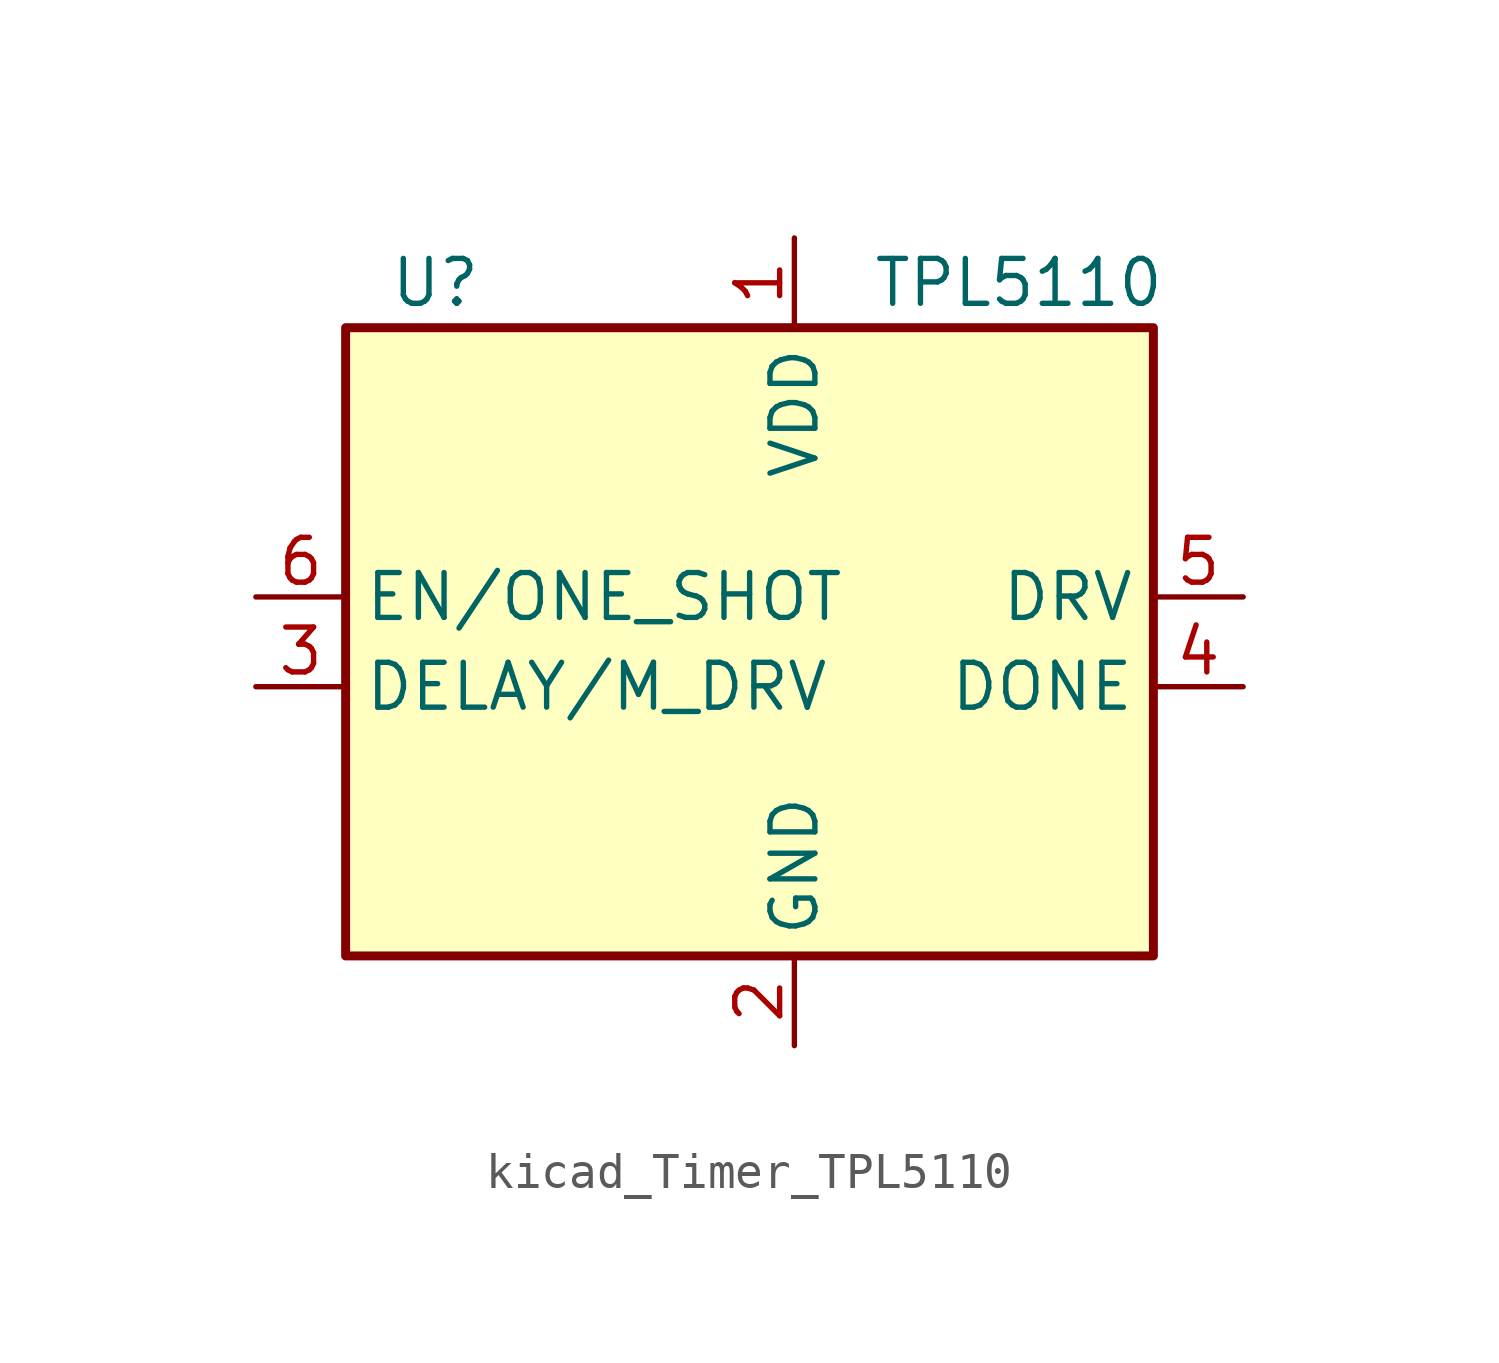
<source format=kicad_sym>
(kicad_symbol_lib
  (version 20220914)
  (generator kicad_symbol_editor)
  (symbol "kicad_Timer_TPL5110"
    (property "Reference" "U"
      (at -10.16 8.89 0)
      (effects (font (size 1.27 1.27))))
    (property "Value" "TPL5110"
      (at 6.35 8.89 0)
      (effects (font (size 1.27 1.27))))
    (symbol "kicad_Timer_TPL5110_0_1"
      (rectangle (start -12.7 7.62) (end 10.16 -10.16) (stroke (width 0.254) (type default)) (fill (type background))))
    (symbol "kicad_Timer_TPL5110_1_1"
      (pin power_in line (at 0 10.16 270) (length 2.54) (name "VDD" (effects (font (size 1.27 1.27)))) (number "1" (effects (font (size 1.27 1.27)))))
      (pin power_in line (at 0 -12.7 90) (length 2.54) (name "GND" (effects (font (size 1.27 1.27)))) (number "2" (effects (font (size 1.27 1.27)))))
      (pin input line (at -15.24 -2.54 0) (length 2.54) (name "DELAY/M_DRV" (effects (font (size 1.27 1.27)))) (number "3" (effects (font (size 1.27 1.27)))))
      (pin input line (at 12.7 -2.54 180) (length 2.54) (name "DONE" (effects (font (size 1.27 1.27)))) (number "4" (effects (font (size 1.27 1.27)))))
      (pin output line (at 12.7 0 180) (length 2.54) (name "DRV" (effects (font (size 1.27 1.27)))) (number "5" (effects (font (size 1.27 1.27)))))
      (pin input line (at -15.24 0 0) (length 2.54) (name "EN/ONE_SHOT" (effects (font (size 1.27 1.27)))) (number "6" (effects (font (size 1.27 1.27))))))))
</source>
